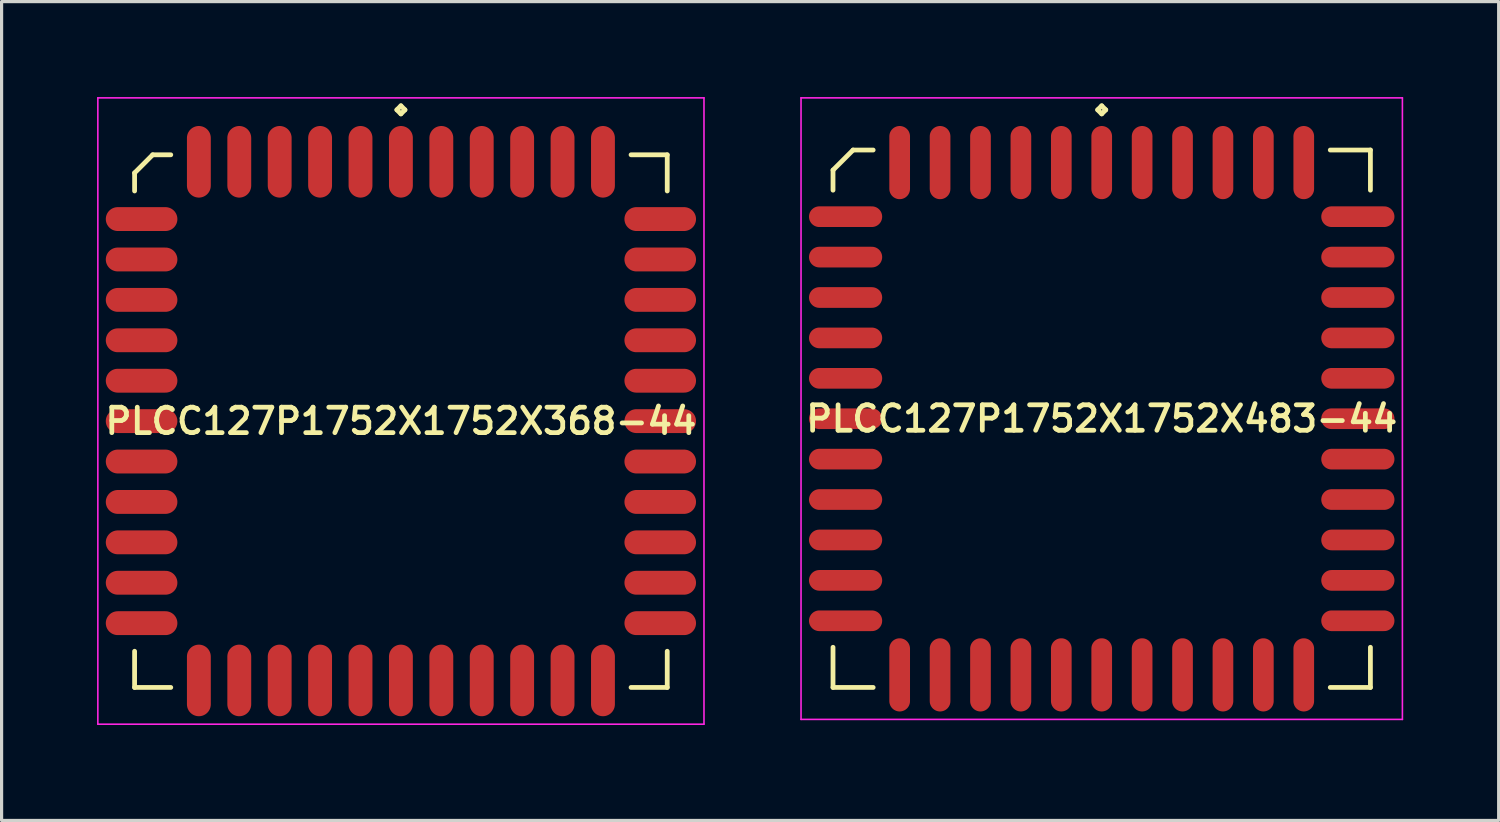
<source format=kicad_pcb>
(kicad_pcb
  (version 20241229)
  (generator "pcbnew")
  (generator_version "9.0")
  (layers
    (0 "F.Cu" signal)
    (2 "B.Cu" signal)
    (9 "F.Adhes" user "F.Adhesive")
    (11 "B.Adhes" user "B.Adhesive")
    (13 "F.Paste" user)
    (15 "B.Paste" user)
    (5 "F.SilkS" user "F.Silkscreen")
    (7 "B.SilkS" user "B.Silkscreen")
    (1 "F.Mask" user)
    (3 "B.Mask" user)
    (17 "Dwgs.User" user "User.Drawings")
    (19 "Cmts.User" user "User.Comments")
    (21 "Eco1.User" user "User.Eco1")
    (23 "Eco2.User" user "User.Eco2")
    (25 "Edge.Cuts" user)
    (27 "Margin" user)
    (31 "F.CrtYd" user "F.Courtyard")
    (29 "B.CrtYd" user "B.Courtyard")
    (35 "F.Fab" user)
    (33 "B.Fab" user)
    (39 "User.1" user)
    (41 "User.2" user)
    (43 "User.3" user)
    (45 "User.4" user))
  (footprint "PLCC127P1752X1752X483-44"
    (layer "F.Cu")
    (at 31.575 10.11)
    (property "Reference" "PLCC127P1752X1752X483-44" (at 0 0 0) (layer "F.SilkS") (effects (font (size 0.8 0.8) (thickness 0.15))))
    (attr smd)
    (fp_line (start -8.445 -7.814) (end -7.814 -8.445) (stroke (width 0.15) (type solid)) (layer "F.SilkS"))
    (fp_line (start -8.445 -7.183) (end -8.445 -7.814) (stroke (width 0.15) (type solid)) (layer "F.SilkS"))
    (fp_line (start -8.445 7.183) (end -8.445 8.445) (stroke (width 0.15) (type solid)) (layer "F.SilkS"))
    (fp_line (start -8.445 8.445) (end -7.183 8.445) (stroke (width 0.15) (type solid)) (layer "F.SilkS"))
    (fp_line (start -7.814 -8.445) (end -7.183 -8.445) (stroke (width 0.15) (type solid)) (layer "F.SilkS"))
    (fp_line (start -0.127 -9.708) (end 0 -9.835) (stroke (width 0.15) (type solid)) (layer "F.SilkS"))
    (fp_line (start 0 -9.835) (end 0.127 -9.708) (stroke (width 0.15) (type solid)) (layer "F.SilkS"))
    (fp_line (start 0 -9.581) (end -0.127 -9.708) (stroke (width 0.15) (type solid)) (layer "F.SilkS"))
    (fp_line (start 0.127 -9.708) (end 0 -9.581) (stroke (width 0.15) (type solid)) (layer "F.SilkS"))
    (fp_line (start 8.445 -8.445) (end 7.183 -8.445) (stroke (width 0.15) (type solid)) (layer "F.SilkS"))
    (fp_line (start 8.445 -7.183) (end 8.445 -8.445) (stroke (width 0.15) (type solid)) (layer "F.SilkS"))
    (fp_line (start 8.445 7.183) (end 8.445 8.445) (stroke (width 0.15) (type solid)) (layer "F.SilkS"))
    (fp_line (start 8.445 8.445) (end 7.183 8.445) (stroke (width 0.15) (type solid)) (layer "F.SilkS"))
    (fp_line (start -9.45 -10.085) (end 9.45 -10.085) (stroke (width 0.05) (type solid)) (layer "F.CrtYd"))
    (fp_line (start -9.45 9.45) (end -9.45 -10.085) (stroke (width 0.05) (type solid)) (layer "F.CrtYd"))
    (fp_line (start 9.45 -10.085) (end 9.45 9.45) (stroke (width 0.05) (type solid)) (layer "F.CrtYd"))
    (fp_line (start 9.45 9.45) (end -9.45 9.45) (stroke (width 0.05) (type solid)) (layer "F.CrtYd"))
    (pad "1" smd oval (at 0 -8.05) (size 0.65 2.3) (layers "F.Cu" "F.Mask" "F.Paste"))
    (pad "2" smd oval (at -1.27 -8.05) (size 0.65 2.3) (layers "F.Cu" "F.Mask" "F.Paste"))
    (pad "3" smd oval (at -2.54 -8.05) (size 0.65 2.3) (layers "F.Cu" "F.Mask" "F.Paste"))
    (pad "4" smd oval (at -3.81 -8.05) (size 0.65 2.3) (layers "F.Cu" "F.Mask" "F.Paste"))
    (pad "5" smd oval (at -5.08 -8.05) (size 0.65 2.3) (layers "F.Cu" "F.Mask" "F.Paste"))
    (pad "6" smd oval (at -6.35 -8.05) (size 0.65 2.3) (layers "F.Cu" "F.Mask" "F.Paste"))
    (pad "7" smd oval (at -8.05 -6.35) (size 2.3 0.65) (layers "F.Cu" "F.Mask" "F.Paste"))
    (pad "8" smd oval (at -8.05 -5.08) (size 2.3 0.65) (layers "F.Cu" "F.Mask" "F.Paste"))
    (pad "9" smd oval (at -8.05 -3.81) (size 2.3 0.65) (layers "F.Cu" "F.Mask" "F.Paste"))
    (pad "10" smd oval (at -8.05 -2.54) (size 2.3 0.65) (layers "F.Cu" "F.Mask" "F.Paste"))
    (pad "11" smd oval (at -8.05 -1.27) (size 2.3 0.65) (layers "F.Cu" "F.Mask" "F.Paste"))
    (pad "12" smd oval (at -8.05 0) (size 2.3 0.65) (layers "F.Cu" "F.Mask" "F.Paste"))
    (pad "13" smd oval (at -8.05 1.27) (size 2.3 0.65) (layers "F.Cu" "F.Mask" "F.Paste"))
    (pad "14" smd oval (at -8.05 2.54) (size 2.3 0.65) (layers "F.Cu" "F.Mask" "F.Paste"))
    (pad "15" smd oval (at -8.05 3.81) (size 2.3 0.65) (layers "F.Cu" "F.Mask" "F.Paste"))
    (pad "16" smd oval (at -8.05 5.08) (size 2.3 0.65) (layers "F.Cu" "F.Mask" "F.Paste"))
    (pad "17" smd oval (at -8.05 6.35) (size 2.3 0.65) (layers "F.Cu" "F.Mask" "F.Paste"))
    (pad "18" smd oval (at -6.35 8.05) (size 0.65 2.3) (layers "F.Cu" "F.Mask" "F.Paste"))
    (pad "19" smd oval (at -5.08 8.05) (size 0.65 2.3) (layers "F.Cu" "F.Mask" "F.Paste"))
    (pad "20" smd oval (at -3.81 8.05) (size 0.65 2.3) (layers "F.Cu" "F.Mask" "F.Paste"))
    (pad "21" smd oval (at -2.54 8.05) (size 0.65 2.3) (layers "F.Cu" "F.Mask" "F.Paste"))
    (pad "22" smd oval (at -1.27 8.05) (size 0.65 2.3) (layers "F.Cu" "F.Mask" "F.Paste"))
    (pad "23" smd oval (at 0 8.05) (size 0.65 2.3) (layers "F.Cu" "F.Mask" "F.Paste"))
    (pad "24" smd oval (at 1.27 8.05) (size 0.65 2.3) (layers "F.Cu" "F.Mask" "F.Paste"))
    (pad "25" smd oval (at 2.54 8.05) (size 0.65 2.3) (layers "F.Cu" "F.Mask" "F.Paste"))
    (pad "26" smd oval (at 3.81 8.05) (size 0.65 2.3) (layers "F.Cu" "F.Mask" "F.Paste"))
    (pad "27" smd oval (at 5.08 8.05) (size 0.65 2.3) (layers "F.Cu" "F.Mask" "F.Paste"))
    (pad "28" smd oval (at 6.35 8.05) (size 0.65 2.3) (layers "F.Cu" "F.Mask" "F.Paste"))
    (pad "29" smd oval (at 8.05 6.35) (size 2.3 0.65) (layers "F.Cu" "F.Mask" "F.Paste"))
    (pad "30" smd oval (at 8.05 5.08) (size 2.3 0.65) (layers "F.Cu" "F.Mask" "F.Paste"))
    (pad "31" smd oval (at 8.05 3.81) (size 2.3 0.65) (layers "F.Cu" "F.Mask" "F.Paste"))
    (pad "32" smd oval (at 8.05 2.54) (size 2.3 0.65) (layers "F.Cu" "F.Mask" "F.Paste"))
    (pad "33" smd oval (at 8.05 1.27) (size 2.3 0.65) (layers "F.Cu" "F.Mask" "F.Paste"))
    (pad "34" smd oval (at 8.05 0) (size 2.3 0.65) (layers "F.Cu" "F.Mask" "F.Paste"))
    (pad "35" smd oval (at 8.05 -1.27) (size 2.3 0.65) (layers "F.Cu" "F.Mask" "F.Paste"))
    (pad "36" smd oval (at 8.05 -2.54) (size 2.3 0.65) (layers "F.Cu" "F.Mask" "F.Paste"))
    (pad "37" smd oval (at 8.05 -3.81) (size 2.3 0.65) (layers "F.Cu" "F.Mask" "F.Paste"))
    (pad "38" smd oval (at 8.05 -5.08) (size 2.3 0.65) (layers "F.Cu" "F.Mask" "F.Paste"))
    (pad "39" smd oval (at 8.05 -6.35) (size 2.3 0.65) (layers "F.Cu" "F.Mask" "F.Paste"))
    (pad "40" smd oval (at 6.35 -8.05) (size 0.65 2.3) (layers "F.Cu" "F.Mask" "F.Paste"))
    (pad "41" smd oval (at 5.08 -8.05) (size 0.65 2.3) (layers "F.Cu" "F.Mask" "F.Paste"))
    (pad "42" smd oval (at 3.81 -8.05) (size 0.65 2.3) (layers "F.Cu" "F.Mask" "F.Paste"))
    (pad "43" smd oval (at 2.54 -8.05) (size 0.65 2.3) (layers "F.Cu" "F.Mask" "F.Paste"))
    (pad "44" smd oval (at 1.27 -8.05) (size 0.65 2.3) (layers "F.Cu" "F.Mask" "F.Paste")))
  (footprint "PLCC127P1752X1752X368-44"
    (layer "F.Cu")
    (at 9.55 10.185)
    (property "Reference" "PLCC127P1752X1752X368-44" (at 0 0 0) (layer "F.SilkS") (effects (font (size 0.8 0.8) (thickness 0.15))))
    (attr smd)
    (fp_line (start -8.37 -7.801) (end -7.801 -8.37) (stroke (width 0.15) (type solid)) (layer "F.SilkS"))
    (fp_line (start -8.37 -7.233) (end -8.37 -7.801) (stroke (width 0.15) (type solid)) (layer "F.SilkS"))
    (fp_line (start -8.37 7.233) (end -8.37 8.37) (stroke (width 0.15) (type solid)) (layer "F.SilkS"))
    (fp_line (start -8.37 8.37) (end -7.233 8.37) (stroke (width 0.15) (type solid)) (layer "F.SilkS"))
    (fp_line (start -7.801 -8.37) (end -7.233 -8.37) (stroke (width 0.15) (type solid)) (layer "F.SilkS"))
    (fp_line (start -0.127 -9.783) (end 0 -9.91) (stroke (width 0.15) (type solid)) (layer "F.SilkS"))
    (fp_line (start 0 -9.91) (end 0.127 -9.783) (stroke (width 0.15) (type solid)) (layer "F.SilkS"))
    (fp_line (start 0 -9.656) (end -0.127 -9.783) (stroke (width 0.15) (type solid)) (layer "F.SilkS"))
    (fp_line (start 0.127 -9.783) (end 0 -9.656) (stroke (width 0.15) (type solid)) (layer "F.SilkS"))
    (fp_line (start 8.37 -8.37) (end 7.233 -8.37) (stroke (width 0.15) (type solid)) (layer "F.SilkS"))
    (fp_line (start 8.37 -7.233) (end 8.37 -8.37) (stroke (width 0.15) (type solid)) (layer "F.SilkS"))
    (fp_line (start 8.37 7.233) (end 8.37 8.37) (stroke (width 0.15) (type solid)) (layer "F.SilkS"))
    (fp_line (start 8.37 8.37) (end 7.233 8.37) (stroke (width 0.15) (type solid)) (layer "F.SilkS"))
    (fp_line (start -9.525 -10.16) (end 9.525 -10.16) (stroke (width 0.05) (type solid)) (layer "F.CrtYd"))
    (fp_line (start -9.525 9.525) (end -9.525 -10.16) (stroke (width 0.05) (type solid)) (layer "F.CrtYd"))
    (fp_line (start 9.525 -10.16) (end 9.525 9.525) (stroke (width 0.05) (type solid)) (layer "F.CrtYd"))
    (fp_line (start 9.525 9.525) (end -9.525 9.525) (stroke (width 0.05) (type solid)) (layer "F.CrtYd"))
    (pad "1" smd oval (at 0 -8.15) (size 0.75 2.25) (layers "F.Cu" "F.Mask" "F.Paste"))
    (pad "2" smd oval (at -1.27 -8.15) (size 0.75 2.25) (layers "F.Cu" "F.Mask" "F.Paste"))
    (pad "3" smd oval (at -2.54 -8.15) (size 0.75 2.25) (layers "F.Cu" "F.Mask" "F.Paste"))
    (pad "4" smd oval (at -3.81 -8.15) (size 0.75 2.25) (layers "F.Cu" "F.Mask" "F.Paste"))
    (pad "5" smd oval (at -5.08 -8.15) (size 0.75 2.25) (layers "F.Cu" "F.Mask" "F.Paste"))
    (pad "6" smd oval (at -6.35 -8.15) (size 0.75 2.25) (layers "F.Cu" "F.Mask" "F.Paste"))
    (pad "7" smd oval (at -8.15 -6.35) (size 2.25 0.75) (layers "F.Cu" "F.Mask" "F.Paste"))
    (pad "8" smd oval (at -8.15 -5.08) (size 2.25 0.75) (layers "F.Cu" "F.Mask" "F.Paste"))
    (pad "9" smd oval (at -8.15 -3.81) (size 2.25 0.75) (layers "F.Cu" "F.Mask" "F.Paste"))
    (pad "10" smd oval (at -8.15 -2.54) (size 2.25 0.75) (layers "F.Cu" "F.Mask" "F.Paste"))
    (pad "11" smd oval (at -8.15 -1.27) (size 2.25 0.75) (layers "F.Cu" "F.Mask" "F.Paste"))
    (pad "12" smd oval (at -8.15 0) (size 2.25 0.75) (layers "F.Cu" "F.Mask" "F.Paste"))
    (pad "13" smd oval (at -8.15 1.27) (size 2.25 0.75) (layers "F.Cu" "F.Mask" "F.Paste"))
    (pad "14" smd oval (at -8.15 2.54) (size 2.25 0.75) (layers "F.Cu" "F.Mask" "F.Paste"))
    (pad "15" smd oval (at -8.15 3.81) (size 2.25 0.75) (layers "F.Cu" "F.Mask" "F.Paste"))
    (pad "16" smd oval (at -8.15 5.08) (size 2.25 0.75) (layers "F.Cu" "F.Mask" "F.Paste"))
    (pad "17" smd oval (at -8.15 6.35) (size 2.25 0.75) (layers "F.Cu" "F.Mask" "F.Paste"))
    (pad "18" smd oval (at -6.35 8.15) (size 0.75 2.25) (layers "F.Cu" "F.Mask" "F.Paste"))
    (pad "19" smd oval (at -5.08 8.15) (size 0.75 2.25) (layers "F.Cu" "F.Mask" "F.Paste"))
    (pad "20" smd oval (at -3.81 8.15) (size 0.75 2.25) (layers "F.Cu" "F.Mask" "F.Paste"))
    (pad "21" smd oval (at -2.54 8.15) (size 0.75 2.25) (layers "F.Cu" "F.Mask" "F.Paste"))
    (pad "22" smd oval (at -1.27 8.15) (size 0.75 2.25) (layers "F.Cu" "F.Mask" "F.Paste"))
    (pad "23" smd oval (at 0 8.15) (size 0.75 2.25) (layers "F.Cu" "F.Mask" "F.Paste"))
    (pad "24" smd oval (at 1.27 8.15) (size 0.75 2.25) (layers "F.Cu" "F.Mask" "F.Paste"))
    (pad "25" smd oval (at 2.54 8.15) (size 0.75 2.25) (layers "F.Cu" "F.Mask" "F.Paste"))
    (pad "26" smd oval (at 3.81 8.15) (size 0.75 2.25) (layers "F.Cu" "F.Mask" "F.Paste"))
    (pad "27" smd oval (at 5.08 8.15) (size 0.75 2.25) (layers "F.Cu" "F.Mask" "F.Paste"))
    (pad "28" smd oval (at 6.35 8.15) (size 0.75 2.25) (layers "F.Cu" "F.Mask" "F.Paste"))
    (pad "29" smd oval (at 8.15 6.35) (size 2.25 0.75) (layers "F.Cu" "F.Mask" "F.Paste"))
    (pad "30" smd oval (at 8.15 5.08) (size 2.25 0.75) (layers "F.Cu" "F.Mask" "F.Paste"))
    (pad "31" smd oval (at 8.15 3.81) (size 2.25 0.75) (layers "F.Cu" "F.Mask" "F.Paste"))
    (pad "32" smd oval (at 8.15 2.54) (size 2.25 0.75) (layers "F.Cu" "F.Mask" "F.Paste"))
    (pad "33" smd oval (at 8.15 1.27) (size 2.25 0.75) (layers "F.Cu" "F.Mask" "F.Paste"))
    (pad "34" smd oval (at 8.15 0) (size 2.25 0.75) (layers "F.Cu" "F.Mask" "F.Paste"))
    (pad "35" smd oval (at 8.15 -1.27) (size 2.25 0.75) (layers "F.Cu" "F.Mask" "F.Paste"))
    (pad "36" smd oval (at 8.15 -2.54) (size 2.25 0.75) (layers "F.Cu" "F.Mask" "F.Paste"))
    (pad "37" smd oval (at 8.15 -3.81) (size 2.25 0.75) (layers "F.Cu" "F.Mask" "F.Paste"))
    (pad "38" smd oval (at 8.15 -5.08) (size 2.25 0.75) (layers "F.Cu" "F.Mask" "F.Paste"))
    (pad "39" smd oval (at 8.15 -6.35) (size 2.25 0.75) (layers "F.Cu" "F.Mask" "F.Paste"))
    (pad "40" smd oval (at 6.35 -8.15) (size 0.75 2.25) (layers "F.Cu" "F.Mask" "F.Paste"))
    (pad "41" smd oval (at 5.08 -8.15) (size 0.75 2.25) (layers "F.Cu" "F.Mask" "F.Paste"))
    (pad "42" smd oval (at 3.81 -8.15) (size 0.75 2.25) (layers "F.Cu" "F.Mask" "F.Paste"))
    (pad "43" smd oval (at 2.54 -8.15) (size 0.75 2.25) (layers "F.Cu" "F.Mask" "F.Paste"))
    (pad "44" smd oval (at 1.27 -8.15) (size 0.75 2.25) (layers "F.Cu" "F.Mask" "F.Paste")))
  (gr_rect
    (start -3 -3)
    (end 44.05 22.735)
    (stroke (width 0.1) (type default))
    (fill no)
    (layer "Edge.Cuts")))
</source>
